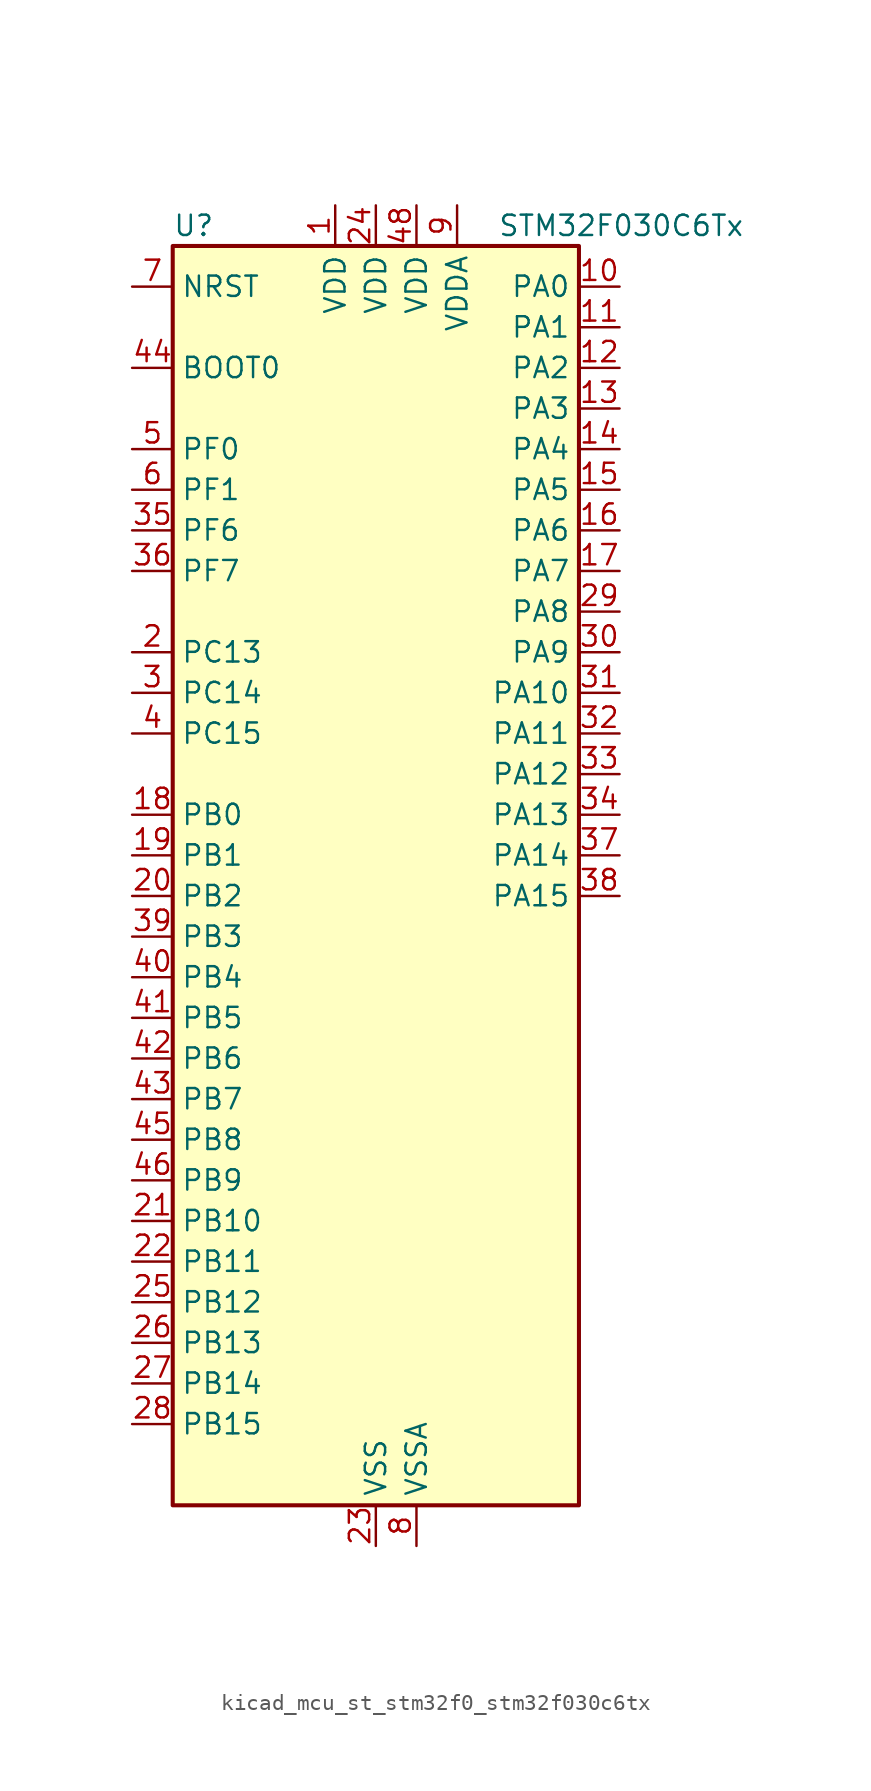
<source format=kicad_sym>
(kicad_symbol_lib
  (version 20220914)
  (generator kicad_symbol_editor)
  (symbol "kicad_mcu_st_stm32f0_stm32f030c6tx"
    (property "Reference" "U"
      (at -12.7 41.91 0)
      (effects (font (size 1.27 1.27)) (justify left)))
    (property "Value" "STM32F030C6Tx"
      (at 7.62 41.91 0)
      (effects (font (size 1.27 1.27)) (justify left)))
    (property "ki_locked" ""
      (at 0 0 0)
      (effects (font (size 1.27 1.27))))
    (symbol "kicad_mcu_st_stm32f0_stm32f030c6tx_0_1"
      (rectangle (start -12.7 -38.1) (end 12.7 40.64) (stroke (width 0.254) (type default)) (fill (type background))))
    (symbol "kicad_mcu_st_stm32f0_stm32f030c6tx_1_1"
      (pin power_in line (at -2.54 43.18 270) (length 2.54) (name "VDD" (effects (font (size 1.27 1.27)))) (number "1" (effects (font (size 1.27 1.27)))))
      (pin bidirectional line (at 15.24 38.1 180) (length 2.54) (name "PA0" (effects (font (size 1.27 1.27)))) (number "10" (effects (font (size 1.27 1.27)))) (alternate "ADC_IN0" bidirectional line) (alternate "RTC_TAMP2" bidirectional line) (alternate "SYS_WKUP1" bidirectional line) (alternate "USART1_CTS" bidirectional line))
      (pin bidirectional line (at 15.24 35.56 180) (length 2.54) (name "PA1" (effects (font (size 1.27 1.27)))) (number "11" (effects (font (size 1.27 1.27)))) (alternate "ADC_IN1" bidirectional line) (alternate "USART1_DE" bidirectional line) (alternate "USART1_RTS" bidirectional line))
      (pin bidirectional line (at 15.24 33.02 180) (length 2.54) (name "PA2" (effects (font (size 1.27 1.27)))) (number "12" (effects (font (size 1.27 1.27)))) (alternate "ADC_IN2" bidirectional line) (alternate "USART1_TX" bidirectional line))
      (pin bidirectional line (at 15.24 30.48 180) (length 2.54) (name "PA3" (effects (font (size 1.27 1.27)))) (number "13" (effects (font (size 1.27 1.27)))) (alternate "ADC_IN3" bidirectional line) (alternate "USART1_RX" bidirectional line))
      (pin bidirectional line (at 15.24 27.94 180) (length 2.54) (name "PA4" (effects (font (size 1.27 1.27)))) (number "14" (effects (font (size 1.27 1.27)))) (alternate "ADC_IN4" bidirectional line) (alternate "SPI1_NSS" bidirectional line) (alternate "TIM14_CH1" bidirectional line) (alternate "USART1_CK" bidirectional line))
      (pin bidirectional line (at 15.24 25.4 180) (length 2.54) (name "PA5" (effects (font (size 1.27 1.27)))) (number "15" (effects (font (size 1.27 1.27)))) (alternate "ADC_IN5" bidirectional line) (alternate "SPI1_SCK" bidirectional line))
      (pin bidirectional line (at 15.24 22.86 180) (length 2.54) (name "PA6" (effects (font (size 1.27 1.27)))) (number "16" (effects (font (size 1.27 1.27)))) (alternate "ADC_IN6" bidirectional line) (alternate "SPI1_MISO" bidirectional line) (alternate "TIM16_CH1" bidirectional line) (alternate "TIM1_BKIN" bidirectional line) (alternate "TIM3_CH1" bidirectional line))
      (pin bidirectional line (at 15.24 20.32 180) (length 2.54) (name "PA7" (effects (font (size 1.27 1.27)))) (number "17" (effects (font (size 1.27 1.27)))) (alternate "ADC_IN7" bidirectional line) (alternate "SPI1_MOSI" bidirectional line) (alternate "TIM14_CH1" bidirectional line) (alternate "TIM17_CH1" bidirectional line) (alternate "TIM1_CH1N" bidirectional line) (alternate "TIM3_CH2" bidirectional line))
      (pin bidirectional line (at -15.24 5.08 0) (length 2.54) (name "PB0" (effects (font (size 1.27 1.27)))) (number "18" (effects (font (size 1.27 1.27)))) (alternate "ADC_IN8" bidirectional line) (alternate "TIM1_CH2N" bidirectional line) (alternate "TIM3_CH3" bidirectional line))
      (pin bidirectional line (at -15.24 2.54 0) (length 2.54) (name "PB1" (effects (font (size 1.27 1.27)))) (number "19" (effects (font (size 1.27 1.27)))) (alternate "ADC_IN9" bidirectional line) (alternate "TIM14_CH1" bidirectional line) (alternate "TIM1_CH3N" bidirectional line) (alternate "TIM3_CH4" bidirectional line))
      (pin bidirectional line (at -15.24 15.24 0) (length 2.54) (name "PC13" (effects (font (size 1.27 1.27)))) (number "2" (effects (font (size 1.27 1.27)))) (alternate "RTC_OUT_ALARM" bidirectional line) (alternate "RTC_OUT_CALIB" bidirectional line) (alternate "RTC_TAMP1" bidirectional line) (alternate "RTC_TS" bidirectional line) (alternate "SYS_WKUP2" bidirectional line))
      (pin bidirectional line (at -15.24 0 0) (length 2.54) (name "PB2" (effects (font (size 1.27 1.27)))) (number "20" (effects (font (size 1.27 1.27)))))
      (pin bidirectional line (at -15.24 -20.32 0) (length 2.54) (name "PB10" (effects (font (size 1.27 1.27)))) (number "21" (effects (font (size 1.27 1.27)))) (alternate "I2C1_SCL" bidirectional line))
      (pin bidirectional line (at -15.24 -22.86 0) (length 2.54) (name "PB11" (effects (font (size 1.27 1.27)))) (number "22" (effects (font (size 1.27 1.27)))) (alternate "I2C1_SDA" bidirectional line))
      (pin power_in line (at 0 -40.64 90) (length 2.54) (name "VSS" (effects (font (size 1.27 1.27)))) (number "23" (effects (font (size 1.27 1.27)))))
      (pin power_in line (at 0 43.18 270) (length 2.54) (name "VDD" (effects (font (size 1.27 1.27)))) (number "24" (effects (font (size 1.27 1.27)))))
      (pin bidirectional line (at -15.24 -25.4 0) (length 2.54) (name "PB12" (effects (font (size 1.27 1.27)))) (number "25" (effects (font (size 1.27 1.27)))) (alternate "SPI1_NSS" bidirectional line) (alternate "TIM1_BKIN" bidirectional line))
      (pin bidirectional line (at -15.24 -27.94 0) (length 2.54) (name "PB13" (effects (font (size 1.27 1.27)))) (number "26" (effects (font (size 1.27 1.27)))) (alternate "SPI1_SCK" bidirectional line) (alternate "TIM1_CH1N" bidirectional line))
      (pin bidirectional line (at -15.24 -30.48 0) (length 2.54) (name "PB14" (effects (font (size 1.27 1.27)))) (number "27" (effects (font (size 1.27 1.27)))) (alternate "SPI1_MISO" bidirectional line) (alternate "TIM1_CH2N" bidirectional line))
      (pin bidirectional line (at -15.24 -33.02 0) (length 2.54) (name "PB15" (effects (font (size 1.27 1.27)))) (number "28" (effects (font (size 1.27 1.27)))) (alternate "RTC_REFIN" bidirectional line) (alternate "SPI1_MOSI" bidirectional line) (alternate "TIM1_CH3N" bidirectional line))
      (pin bidirectional line (at 15.24 17.78 180) (length 2.54) (name "PA8" (effects (font (size 1.27 1.27)))) (number "29" (effects (font (size 1.27 1.27)))) (alternate "RCC_MCO" bidirectional line) (alternate "TIM1_CH1" bidirectional line) (alternate "USART1_CK" bidirectional line))
      (pin bidirectional line (at -15.24 12.7 0) (length 2.54) (name "PC14" (effects (font (size 1.27 1.27)))) (number "3" (effects (font (size 1.27 1.27)))) (alternate "RCC_OSC32_IN" bidirectional line))
      (pin bidirectional line (at 15.24 15.24 180) (length 2.54) (name "PA9" (effects (font (size 1.27 1.27)))) (number "30" (effects (font (size 1.27 1.27)))) (alternate "I2C1_SCL" bidirectional line) (alternate "TIM1_CH2" bidirectional line) (alternate "USART1_TX" bidirectional line))
      (pin bidirectional line (at 15.24 12.7 180) (length 2.54) (name "PA10" (effects (font (size 1.27 1.27)))) (number "31" (effects (font (size 1.27 1.27)))) (alternate "I2C1_SDA" bidirectional line) (alternate "TIM17_BKIN" bidirectional line) (alternate "TIM1_CH3" bidirectional line) (alternate "USART1_RX" bidirectional line))
      (pin bidirectional line (at 15.24 10.16 180) (length 2.54) (name "PA11" (effects (font (size 1.27 1.27)))) (number "32" (effects (font (size 1.27 1.27)))) (alternate "TIM1_CH4" bidirectional line) (alternate "USART1_CTS" bidirectional line))
      (pin bidirectional line (at 15.24 7.62 180) (length 2.54) (name "PA12" (effects (font (size 1.27 1.27)))) (number "33" (effects (font (size 1.27 1.27)))) (alternate "TIM1_ETR" bidirectional line) (alternate "USART1_DE" bidirectional line) (alternate "USART1_RTS" bidirectional line))
      (pin bidirectional line (at 15.24 5.08 180) (length 2.54) (name "PA13" (effects (font (size 1.27 1.27)))) (number "34" (effects (font (size 1.27 1.27)))) (alternate "IR_OUT" bidirectional line) (alternate "SYS_SWDIO" bidirectional line))
      (pin bidirectional line (at -15.24 22.86 0) (length 2.54) (name "PF6" (effects (font (size 1.27 1.27)))) (number "35" (effects (font (size 1.27 1.27)))) (alternate "I2C1_SCL" bidirectional line))
      (pin bidirectional line (at -15.24 20.32 0) (length 2.54) (name "PF7" (effects (font (size 1.27 1.27)))) (number "36" (effects (font (size 1.27 1.27)))) (alternate "I2C1_SDA" bidirectional line))
      (pin bidirectional line (at 15.24 2.54 180) (length 2.54) (name "PA14" (effects (font (size 1.27 1.27)))) (number "37" (effects (font (size 1.27 1.27)))) (alternate "SYS_SWCLK" bidirectional line) (alternate "USART1_TX" bidirectional line))
      (pin bidirectional line (at 15.24 0 180) (length 2.54) (name "PA15" (effects (font (size 1.27 1.27)))) (number "38" (effects (font (size 1.27 1.27)))) (alternate "SPI1_NSS" bidirectional line) (alternate "USART1_RX" bidirectional line))
      (pin bidirectional line (at -15.24 -2.54 0) (length 2.54) (name "PB3" (effects (font (size 1.27 1.27)))) (number "39" (effects (font (size 1.27 1.27)))) (alternate "SPI1_SCK" bidirectional line))
      (pin bidirectional line (at -15.24 10.16 0) (length 2.54) (name "PC15" (effects (font (size 1.27 1.27)))) (number "4" (effects (font (size 1.27 1.27)))) (alternate "RCC_OSC32_OUT" bidirectional line))
      (pin bidirectional line (at -15.24 -5.08 0) (length 2.54) (name "PB4" (effects (font (size 1.27 1.27)))) (number "40" (effects (font (size 1.27 1.27)))) (alternate "SPI1_MISO" bidirectional line) (alternate "TIM3_CH1" bidirectional line))
      (pin bidirectional line (at -15.24 -7.62 0) (length 2.54) (name "PB5" (effects (font (size 1.27 1.27)))) (number "41" (effects (font (size 1.27 1.27)))) (alternate "I2C1_SMBA" bidirectional line) (alternate "SPI1_MOSI" bidirectional line) (alternate "TIM16_BKIN" bidirectional line) (alternate "TIM3_CH2" bidirectional line))
      (pin bidirectional line (at -15.24 -10.16 0) (length 2.54) (name "PB6" (effects (font (size 1.27 1.27)))) (number "42" (effects (font (size 1.27 1.27)))) (alternate "I2C1_SCL" bidirectional line) (alternate "TIM16_CH1N" bidirectional line) (alternate "USART1_TX" bidirectional line))
      (pin bidirectional line (at -15.24 -12.7 0) (length 2.54) (name "PB7" (effects (font (size 1.27 1.27)))) (number "43" (effects (font (size 1.27 1.27)))) (alternate "I2C1_SDA" bidirectional line) (alternate "TIM17_CH1N" bidirectional line) (alternate "USART1_RX" bidirectional line))
      (pin input line (at -15.24 33.02 0) (length 2.54) (name "BOOT0" (effects (font (size 1.27 1.27)))) (number "44" (effects (font (size 1.27 1.27)))))
      (pin bidirectional line (at -15.24 -15.24 0) (length 2.54) (name "PB8" (effects (font (size 1.27 1.27)))) (number "45" (effects (font (size 1.27 1.27)))) (alternate "I2C1_SCL" bidirectional line) (alternate "TIM16_CH1" bidirectional line))
      (pin bidirectional line (at -15.24 -17.78 0) (length 2.54) (name "PB9" (effects (font (size 1.27 1.27)))) (number "46" (effects (font (size 1.27 1.27)))) (alternate "I2C1_SDA" bidirectional line) (alternate "IR_OUT" bidirectional line) (alternate "TIM17_CH1" bidirectional line))
      (pin passive line (at 0 -40.64 90) (length 2.54) hide (name "VSS" (effects (font (size 1.27 1.27)))) (number "47" (effects (font (size 1.27 1.27)))))
      (pin power_in line (at 2.54 43.18 270) (length 2.54) (name "VDD" (effects (font (size 1.27 1.27)))) (number "48" (effects (font (size 1.27 1.27)))))
      (pin bidirectional line (at -15.24 27.94 0) (length 2.54) (name "PF0" (effects (font (size 1.27 1.27)))) (number "5" (effects (font (size 1.27 1.27)))) (alternate "RCC_OSC_IN" bidirectional line))
      (pin bidirectional line (at -15.24 25.4 0) (length 2.54) (name "PF1" (effects (font (size 1.27 1.27)))) (number "6" (effects (font (size 1.27 1.27)))) (alternate "RCC_OSC_OUT" bidirectional line))
      (pin input line (at -15.24 38.1 0) (length 2.54) (name "NRST" (effects (font (size 1.27 1.27)))) (number "7" (effects (font (size 1.27 1.27)))))
      (pin power_in line (at 2.54 -40.64 90) (length 2.54) (name "VSSA" (effects (font (size 1.27 1.27)))) (number "8" (effects (font (size 1.27 1.27)))))
      (pin power_in line (at 5.08 43.18 270) (length 2.54) (name "VDDA" (effects (font (size 1.27 1.27)))) (number "9" (effects (font (size 1.27 1.27))))))))
</source>
